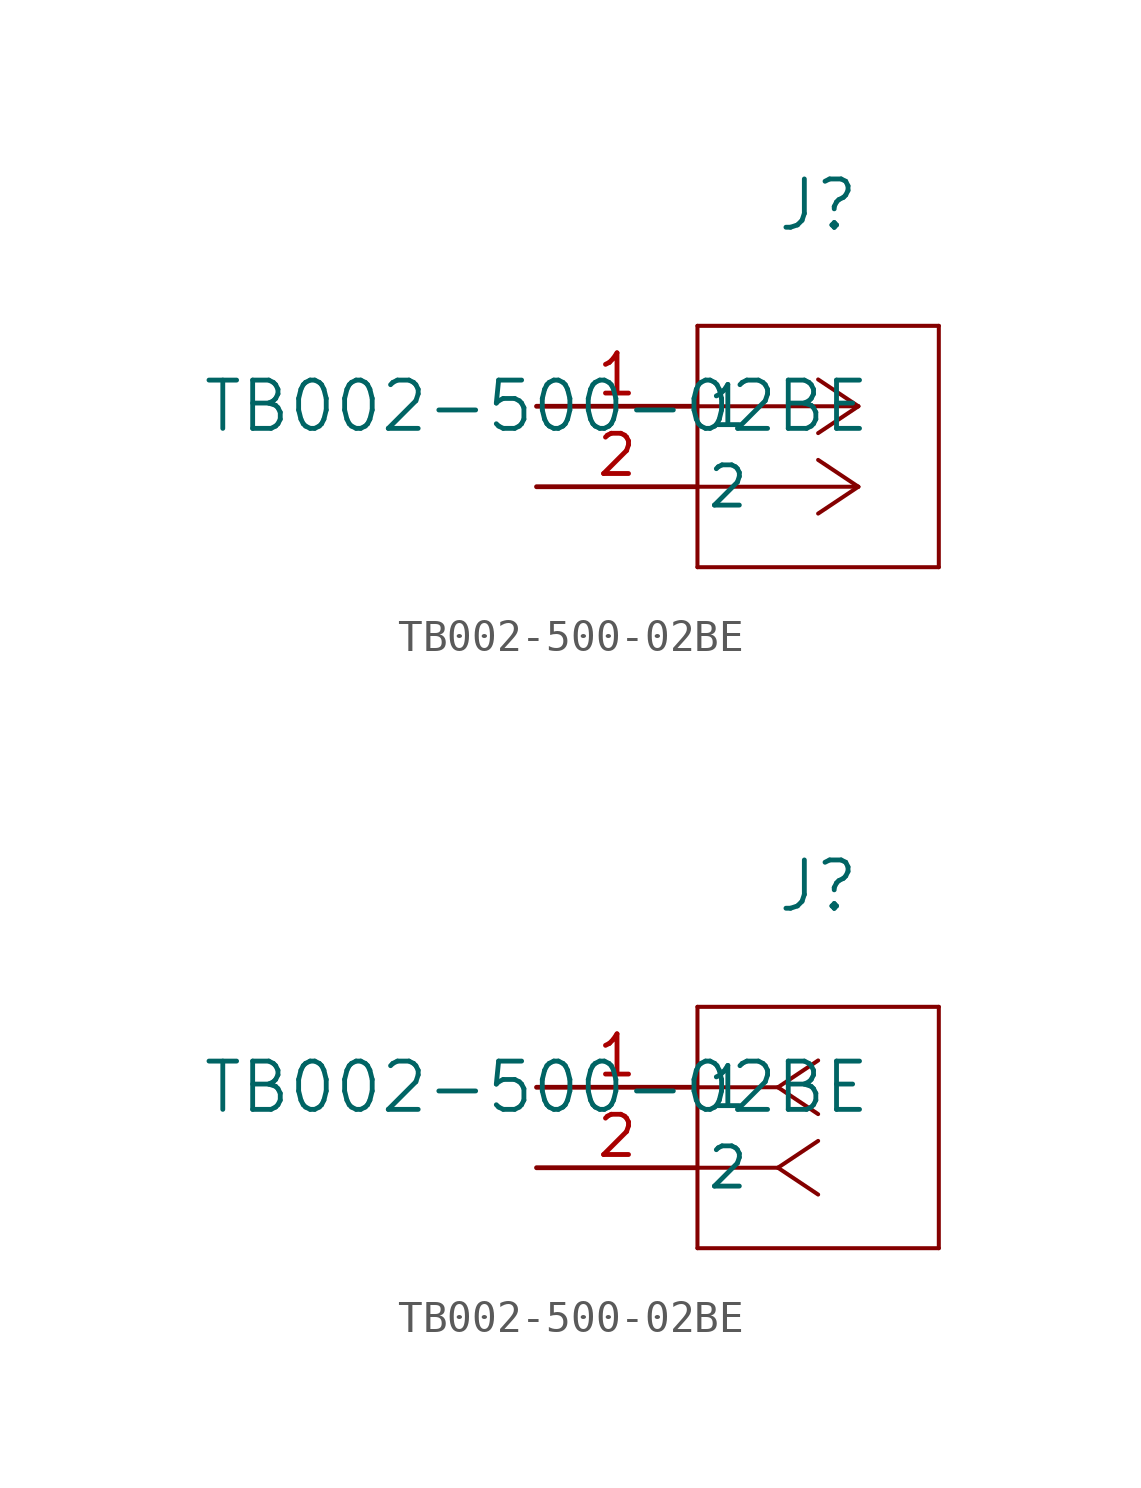
<source format=kicad_sym>
(kicad_symbol_lib
  (version 20211014)
  (generator kicad_symbol_editor)
  (symbol "TB002-500-02BE"
    (pin_names
      (offset 0.254))
    (property "Reference" "J"
      (at 8.89 6.35 0)
      (effects (font (size 1.524 1.524))))
    (property "Value" "TB002-500-02BE"
      (at 0 0 0)
      (effects (font (size 1.524 1.524))))
    (symbol "TB002-500-02BE_1_1"
      (polyline (pts (xy 10.16 0) (xy 5.08 0)) (stroke (width 0.127) (type default) (color 0 0 0 0)) (fill (type none)))
      (polyline (pts (xy 10.16 -2.54) (xy 5.08 -2.54)) (stroke (width 0.127) (type default) (color 0 0 0 0)) (fill (type none)))
      (polyline (pts (xy 10.16 0) (xy 8.89 0.847)) (stroke (width 0.127) (type default) (color 0 0 0 0)) (fill (type none)))
      (polyline (pts (xy 10.16 -2.54) (xy 8.89 -1.693)) (stroke (width 0.127) (type default) (color 0 0 0 0)) (fill (type none)))
      (polyline (pts (xy 10.16 0) (xy 8.89 -0.847)) (stroke (width 0.127) (type default) (color 0 0 0 0)) (fill (type none)))
      (polyline (pts (xy 10.16 -2.54) (xy 8.89 -3.387)) (stroke (width 0.127) (type default) (color 0 0 0 0)) (fill (type none)))
      (polyline (pts (xy 5.08 2.54) (xy 5.08 -5.08)) (stroke (width 0.127) (type default) (color 0 0 0 0)) (fill (type none)))
      (polyline (pts (xy 5.08 -5.08) (xy 12.7 -5.08)) (stroke (width 0.127) (type default) (color 0 0 0 0)) (fill (type none)))
      (polyline (pts (xy 12.7 -5.08) (xy 12.7 2.54)) (stroke (width 0.127) (type default) (color 0 0 0 0)) (fill (type none)))
      (polyline (pts (xy 12.7 2.54) (xy 5.08 2.54)) (stroke (width 0.127) (type default) (color 0 0 0 0)) (fill (type none)))
      (pin unspecified line (at 0 0 0) (length 5.08) (name "1" (effects (font (size 1.27 1.27)))) (number "1" (effects (font (size 1.27 1.27)))))
      (pin unspecified line (at 0 -2.54 0) (length 5.08) (name "2" (effects (font (size 1.27 1.27)))) (number "2" (effects (font (size 1.27 1.27))))))
    (symbol "TB002-500-02BE_1_2"
      (polyline (pts (xy 7.62 0) (xy 5.08 0)) (stroke (width 0.127) (type default) (color 0 0 0 0)) (fill (type none)))
      (polyline (pts (xy 7.62 -2.54) (xy 5.08 -2.54)) (stroke (width 0.127) (type default) (color 0 0 0 0)) (fill (type none)))
      (polyline (pts (xy 7.62 0) (xy 8.89 0.847)) (stroke (width 0.127) (type default) (color 0 0 0 0)) (fill (type none)))
      (polyline (pts (xy 7.62 -2.54) (xy 8.89 -1.693)) (stroke (width 0.127) (type default) (color 0 0 0 0)) (fill (type none)))
      (polyline (pts (xy 7.62 0) (xy 8.89 -0.847)) (stroke (width 0.127) (type default) (color 0 0 0 0)) (fill (type none)))
      (polyline (pts (xy 7.62 -2.54) (xy 8.89 -3.387)) (stroke (width 0.127) (type default) (color 0 0 0 0)) (fill (type none)))
      (polyline (pts (xy 5.08 2.54) (xy 5.08 -5.08)) (stroke (width 0.127) (type default) (color 0 0 0 0)) (fill (type none)))
      (polyline (pts (xy 5.08 -5.08) (xy 12.7 -5.08)) (stroke (width 0.127) (type default) (color 0 0 0 0)) (fill (type none)))
      (polyline (pts (xy 12.7 -5.08) (xy 12.7 2.54)) (stroke (width 0.127) (type default) (color 0 0 0 0)) (fill (type none)))
      (polyline (pts (xy 12.7 2.54) (xy 5.08 2.54)) (stroke (width 0.127) (type default) (color 0 0 0 0)) (fill (type none)))
      (pin unspecified line (at 0 0 0) (length 5.08) (name "1" (effects (font (size 1.27 1.27)))) (number "1" (effects (font (size 1.27 1.27)))))
      (pin unspecified line (at 0 -2.54 0) (length 5.08) (name "2" (effects (font (size 1.27 1.27)))) (number "2" (effects (font (size 1.27 1.27))))))))
</source>
